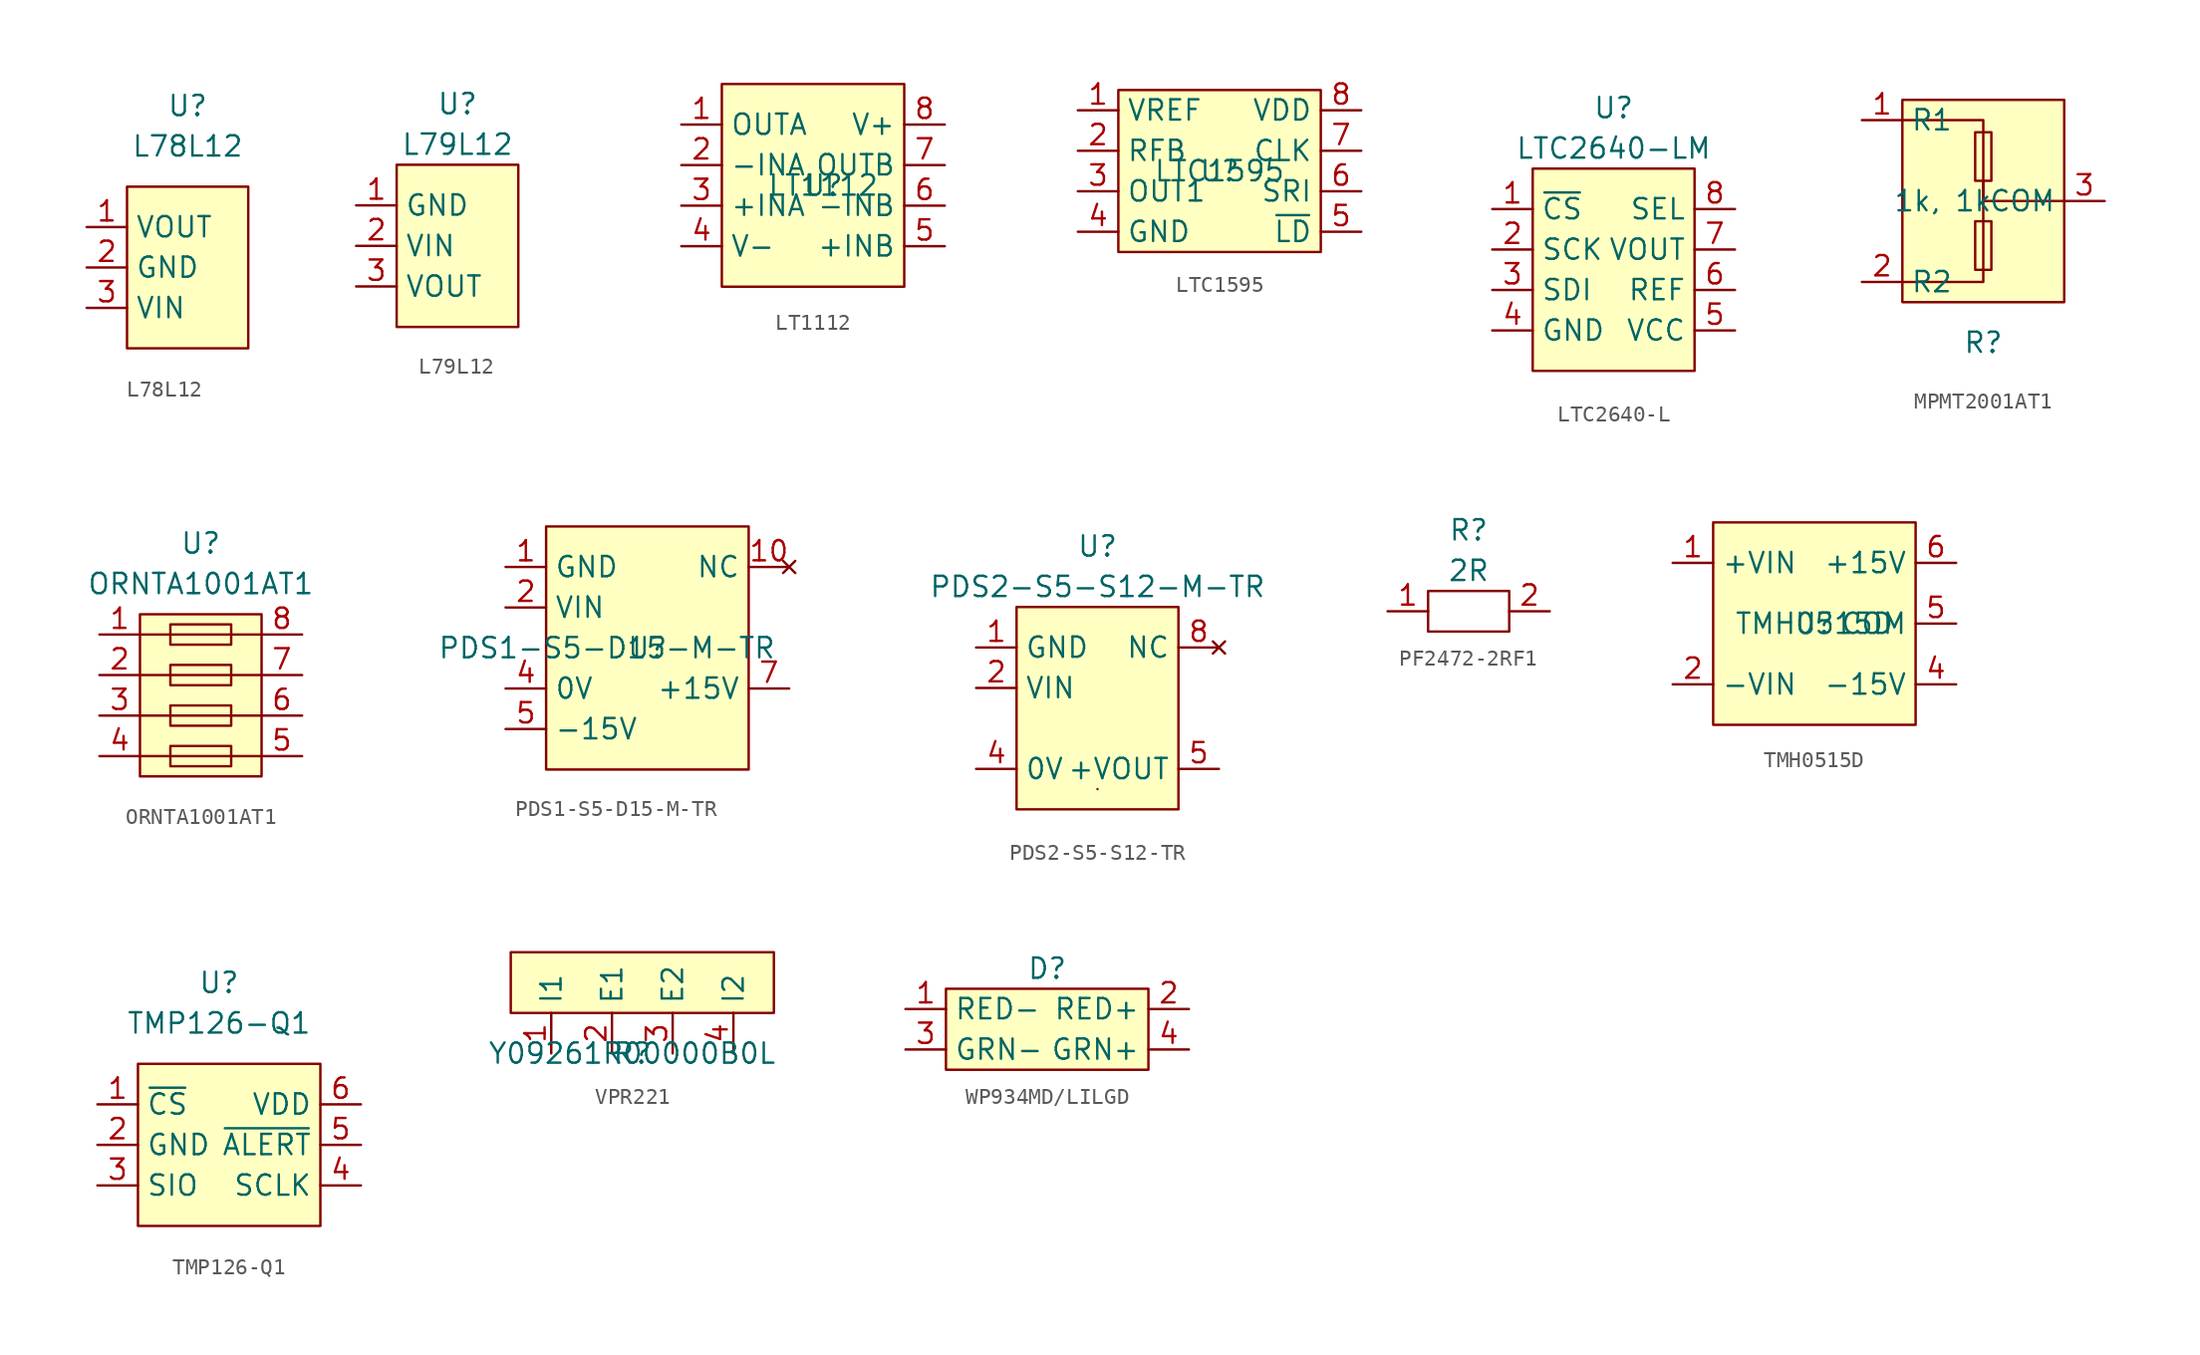
<source format=kicad_sym>
(kicad_symbol_lib
  (version 20220914)
  (generator kicad_symbol_editor)
  (symbol "L78L12"
    (property "Reference" "U"
      (at 0 8.89 0)
      (effects (font (size 1.27 1.27))))
    (property "Value" "L78L12"
      (at 0 6.35 0)
      (effects (font (size 1.27 1.27))))
    (symbol "L78L12_1_1"
      (rectangle (start -3.81 3.81) (end 3.81 -6.35) (stroke (width 0) (type default)) (fill (type background)))
      (pin power_out line (at -6.35 1.27 0) (length 2.54) (name "VOUT" (effects (font (size 1.27 1.27)))) (number "1" (effects (font (size 1.27 1.27)))))
      (pin power_in line (at -6.35 -1.27 0) (length 2.54) (name "GND" (effects (font (size 1.27 1.27)))) (number "2" (effects (font (size 1.27 1.27)))))
      (pin power_in line (at -6.35 -3.81 0) (length 2.54) (name "VIN" (effects (font (size 1.27 1.27)))) (number "3" (effects (font (size 1.27 1.27)))))))
  (symbol "L79L12"
    (property "Reference" "U"
      (at 0 8.89 0)
      (effects (font (size 1.27 1.27))))
    (property "Value" "L79L12"
      (at 0 6.35 0)
      (effects (font (size 1.27 1.27))))
    (symbol "L79L12_0_0"
      (text "" (at 6.35 -1.27 0) (effects (font (size 1.27 1.27)))))
    (symbol "L79L12_1_1"
      (rectangle (start -3.81 5.08) (end 3.81 -5.08) (stroke (width 0) (type default)) (fill (type background)))
      (pin power_in line (at -6.35 2.54 0) (length 2.54) (name "GND" (effects (font (size 1.27 1.27)))) (number "1" (effects (font (size 1.27 1.27)))))
      (pin power_in line (at -6.35 0 0) (length 2.54) (name "VIN" (effects (font (size 1.27 1.27)))) (number "2" (effects (font (size 1.27 1.27)))))
      (pin power_out line (at -6.35 -2.54 0) (length 2.54) (name "VOUT" (effects (font (size 1.27 1.27)))) (number "3" (effects (font (size 1.27 1.27)))))))
  (symbol "LT1112"
    (property "Reference" "U"
      (at 0 0 0)
      (effects (font (size 1.27 1.27))))
    (property "Value" "LT1112"
      (at 0 0 0)
      (effects (font (size 1.27 1.27))))
    (symbol "LT1112_1_1"
      (rectangle (start -6.35 6.35) (end 5.08 -6.35) (stroke (width 0) (type default)) (fill (type background)))
      (pin output line (at -8.89 3.81 0) (length 2.54) (name "OUTA" (effects (font (size 1.27 1.27)))) (number "1" (effects (font (size 1.27 1.27)))))
      (pin input line (at -8.89 1.27 0) (length 2.54) (name "-INA" (effects (font (size 1.27 1.27)))) (number "2" (effects (font (size 1.27 1.27)))))
      (pin input line (at -8.89 -1.27 0) (length 2.54) (name "+INA" (effects (font (size 1.27 1.27)))) (number "3" (effects (font (size 1.27 1.27)))))
      (pin power_in line (at -8.89 -3.81 0) (length 2.54) (name "V-" (effects (font (size 1.27 1.27)))) (number "4" (effects (font (size 1.27 1.27)))))
      (pin input line (at 7.62 -3.81 180) (length 2.54) (name "+INB" (effects (font (size 1.27 1.27)))) (number "5" (effects (font (size 1.27 1.27)))))
      (pin input line (at 7.62 -1.27 180) (length 2.54) (name "-INB" (effects (font (size 1.27 1.27)))) (number "6" (effects (font (size 1.27 1.27)))))
      (pin output line (at 7.62 1.27 180) (length 2.54) (name "OUTB" (effects (font (size 1.27 1.27)))) (number "7" (effects (font (size 1.27 1.27)))))
      (pin power_in line (at 7.62 3.81 180) (length 2.54) (name "V+" (effects (font (size 1.27 1.27)))) (number "8" (effects (font (size 1.27 1.27)))))))
  (symbol "LTC1595"
    (property "Reference" "U"
      (at 0 0 0)
      (effects (font (size 1.27 1.27))))
    (property "Value" "LTC1595"
      (at 0 0 0)
      (effects (font (size 1.27 1.27))))
    (symbol "LTC1595_1_1"
      (rectangle (start -6.35 5.08) (end 6.35 -5.08) (stroke (width 0) (type default)) (fill (type background)))
      (pin input line (at -8.89 3.81 0) (length 2.54) (name "VREF" (effects (font (size 1.27 1.27)))) (number "1" (effects (font (size 1.27 1.27)))))
      (pin input line (at -8.89 1.27 0) (length 2.54) (name "RFB" (effects (font (size 1.27 1.27)))) (number "2" (effects (font (size 1.27 1.27)))))
      (pin output line (at -8.89 -1.27 0) (length 2.54) (name "OUT1" (effects (font (size 1.27 1.27)))) (number "3" (effects (font (size 1.27 1.27)))))
      (pin power_in line (at -8.89 -3.81 0) (length 2.54) (name "GND" (effects (font (size 1.27 1.27)))) (number "4" (effects (font (size 1.27 1.27)))))
      (pin input line (at 8.89 -3.81 180) (length 2.54) (name "~{LD}" (effects (font (size 1.27 1.27)))) (number "5" (effects (font (size 1.27 1.27)))))
      (pin input line (at 8.89 -1.27 180) (length 2.54) (name "SRI" (effects (font (size 1.27 1.27)))) (number "6" (effects (font (size 1.27 1.27)))))
      (pin input line (at 8.89 1.27 180) (length 2.54) (name "CLK" (effects (font (size 1.27 1.27)))) (number "7" (effects (font (size 1.27 1.27)))))
      (pin power_in line (at 8.89 3.81 180) (length 2.54) (name "VDD" (effects (font (size 1.27 1.27)))) (number "8" (effects (font (size 1.27 1.27)))))))
  (symbol "LTC2640-L"
    (property "Reference" "U"
      (at 0 10.16 0)
      (effects (font (size 1.27 1.27))))
    (property "Value" "LTC2640-LM"
      (at 0 7.62 0)
      (effects (font (size 1.27 1.27))))
    (symbol "LTC2640-L_1_1"
      (rectangle (start -5.08 6.35) (end 5.08 -6.35) (stroke (width 0) (type default)) (fill (type background)))
      (pin input line (at -7.62 3.81 0) (length 2.54) (name "~{CS}" (effects (font (size 1.27 1.27)))) (number "1" (effects (font (size 1.27 1.27)))))
      (pin input line (at -7.62 1.27 0) (length 2.54) (name "SCK" (effects (font (size 1.27 1.27)))) (number "2" (effects (font (size 1.27 1.27)))))
      (pin input line (at -7.62 -1.27 0) (length 2.54) (name "SDI" (effects (font (size 1.27 1.27)))) (number "3" (effects (font (size 1.27 1.27)))))
      (pin power_in line (at -7.62 -3.81 0) (length 2.54) (name "GND" (effects (font (size 1.27 1.27)))) (number "4" (effects (font (size 1.27 1.27)))))
      (pin power_in line (at 7.62 -3.81 180) (length 2.54) (name "VCC" (effects (font (size 1.27 1.27)))) (number "5" (effects (font (size 1.27 1.27)))))
      (pin output line (at 7.62 -1.27 180) (length 2.54) (name "REF" (effects (font (size 1.27 1.27)))) (number "6" (effects (font (size 1.27 1.27)))))
      (pin output line (at 7.62 1.27 180) (length 2.54) (name "VOUT" (effects (font (size 1.27 1.27)))) (number "7" (effects (font (size 1.27 1.27)))))
      (pin power_in line (at 7.62 3.81 180) (length 2.54) (name "SEL" (effects (font (size 1.27 1.27)))) (number "8" (effects (font (size 1.27 1.27)))))))
  (symbol "MPMT2001AT1"
    (property "Reference" "R"
      (at 0 -8.89 0)
      (effects (font (size 1.27 1.27))))
    (property "Value" "1k, 1k"
      (at -2.54 0 0)
      (effects (font (size 1.27 1.27))))
    (symbol "MPMT2001AT1_1_1"
      (rectangle (start -5.08 6.35) (end 5.08 -6.35) (stroke (width 0) (type default)) (fill (type background)))
      (rectangle (start -0.508 -1.27) (end 0.508 -4.318) (stroke (width 0) (type default)) (fill (type none)))
      (rectangle (start -0.508 4.318) (end 0.508 1.27) (stroke (width 0) (type default)) (fill (type none)))
      (polyline (pts (xy 0 1.27) (xy 0 -5.08) (xy -5.08 -5.08)) (stroke (width 0) (type default)) (fill (type none)))
      (polyline (pts (xy -5.08 5.08) (xy 0 5.08) (xy 0 0) (xy 5.08 0)) (stroke (width 0) (type default)) (fill (type none)))
      (pin input line (at -7.62 5.08 0) (length 2.54) (name "R1" (effects (font (size 1.27 1.27)))) (number "1" (effects (font (size 1.27 1.27)))))
      (pin input line (at -7.62 -5.08 0) (length 2.54) (name "R2" (effects (font (size 1.27 1.27)))) (number "2" (effects (font (size 1.27 1.27)))))
      (pin input line (at 7.62 0 180) (length 2.54) (name "COM" (effects (font (size 1.27 1.27)))) (number "3" (effects (font (size 1.27 1.27)))))))
  (symbol "ORNTA1001AT1"
    (property "Reference" "U"
      (at 0 9.525 0)
      (effects (font (size 1.27 1.27))))
    (property "Value" "ORNTA1001AT1"
      (at 0 6.985 0)
      (effects (font (size 1.27 1.27))))
    (symbol "ORNTA1001AT1_0_1"
      (rectangle (start -1.905 -3.175) (end 1.905 -4.445) (stroke (width 0) (type default)) (fill (type none)))
      (rectangle (start -1.905 -0.635) (end 1.905 -1.905) (stroke (width 0) (type default)) (fill (type none)))
      (rectangle (start -1.905 1.905) (end 1.905 0.635) (stroke (width 0) (type default)) (fill (type none)))
      (rectangle (start -1.905 4.445) (end 1.905 3.175) (stroke (width 0) (type default)) (fill (type none)))
      (polyline (pts (xy -3.81 -3.81) (xy 3.81 -3.81)) (stroke (width 0) (type default)) (fill (type none)))
      (polyline (pts (xy -3.81 -1.27) (xy 3.81 -1.27)) (stroke (width 0) (type default)) (fill (type none)))
      (polyline (pts (xy -3.81 1.27) (xy 3.81 1.27)) (stroke (width 0) (type default)) (fill (type none)))
      (polyline (pts (xy -3.81 3.81) (xy 3.81 3.81)) (stroke (width 0) (type default)) (fill (type none))))
    (symbol "ORNTA1001AT1_1_1"
      (rectangle (start -3.81 5.08) (end 3.81 -5.08) (stroke (width 0) (type default)) (fill (type background)))
      (pin bidirectional line (at -6.35 3.81 0) (length 2.54) (name "" (effects (font (size 1.27 1.27)))) (number "1" (effects (font (size 1.27 1.27)))))
      (pin bidirectional line (at -6.35 1.27 0) (length 2.54) (name "" (effects (font (size 1.27 1.27)))) (number "2" (effects (font (size 1.27 1.27)))))
      (pin bidirectional line (at -6.35 -1.27 0) (length 2.54) (name "" (effects (font (size 1.27 1.27)))) (number "3" (effects (font (size 1.27 1.27)))))
      (pin bidirectional line (at -6.35 -3.81 0) (length 2.54) (name "" (effects (font (size 1.27 1.27)))) (number "4" (effects (font (size 1.27 1.27)))))
      (pin bidirectional line (at 6.35 -3.81 180) (length 2.54) (name "" (effects (font (size 1.27 1.27)))) (number "5" (effects (font (size 1.27 1.27)))))
      (pin bidirectional line (at 6.35 -1.27 180) (length 2.54) (name "" (effects (font (size 1.27 1.27)))) (number "6" (effects (font (size 1.27 1.27)))))
      (pin bidirectional line (at 6.35 1.27 180) (length 2.54) (name "" (effects (font (size 1.27 1.27)))) (number "7" (effects (font (size 1.27 1.27)))))
      (pin bidirectional line (at 6.35 3.81 180) (length 2.54) (name "" (effects (font (size 1.27 1.27)))) (number "8" (effects (font (size 1.27 1.27)))))))
  (symbol "PDS1-S5-D15-M-TR"
    (property "Reference" "U"
      (at 0 0 0)
      (effects (font (size 1.27 1.27))))
    (property "Value" "PDS1-S5-D15-M-TR"
      (at -2.54 0 0)
      (effects (font (size 1.27 1.27))))
    (symbol "PDS1-S5-D15-M-TR_1_1"
      (rectangle (start -6.35 7.62) (end 6.35 -7.62) (stroke (width 0) (type default)) (fill (type background)))
      (pin power_in line (at -8.89 5.08 0) (length 2.54) (name "GND" (effects (font (size 1.27 1.27)))) (number "1" (effects (font (size 1.27 1.27)))))
      (pin no_connect line (at 8.89 5.08 180) (length 2.54) (name "NC" (effects (font (size 1.27 1.27)))) (number "10" (effects (font (size 1.27 1.27)))))
      (pin power_in line (at -8.89 2.54 0) (length 2.54) (name "VIN" (effects (font (size 1.27 1.27)))) (number "2" (effects (font (size 1.27 1.27)))))
      (pin power_in line (at -8.89 -2.54 0) (length 2.54) (name "0V" (effects (font (size 1.27 1.27)))) (number "4" (effects (font (size 1.27 1.27)))))
      (pin power_out line (at -8.89 -5.08 0) (length 2.54) (name "-15V" (effects (font (size 1.27 1.27)))) (number "5" (effects (font (size 1.27 1.27)))))
      (pin power_out line (at 8.89 -2.54 180) (length 2.54) (name "+15V" (effects (font (size 1.27 1.27)))) (number "7" (effects (font (size 1.27 1.27)))))))
  (symbol "PDS2-S5-S12-TR"
    (property "Reference" "U"
      (at 0 10.16 0)
      (effects (font (size 1.27 1.27))))
    (property "Value" "PDS2-S5-S12-M-TR"
      (at 0 7.62 0)
      (effects (font (size 1.27 1.27))))
    (symbol "PDS2-S5-S12-TR_0_1"
      (rectangle (start 0 -5.08) (end 0 -5.08) (stroke (width 0) (type default)) (fill (type none))))
    (symbol "PDS2-S5-S12-TR_1_1"
      (rectangle (start -5.08 6.35) (end 5.08 -6.35) (stroke (width 0) (type default)) (fill (type background)))
      (pin power_in line (at -7.62 3.81 0) (length 2.54) (name "GND" (effects (font (size 1.27 1.27)))) (number "1" (effects (font (size 1.27 1.27)))))
      (pin power_in line (at -7.62 1.27 0) (length 2.54) (name "VIN" (effects (font (size 1.27 1.27)))) (number "2" (effects (font (size 1.27 1.27)))))
      (pin power_out line (at -7.62 -3.81 0) (length 2.54) (name "0V" (effects (font (size 1.27 1.27)))) (number "4" (effects (font (size 1.27 1.27)))))
      (pin power_out line (at 7.62 -3.81 180) (length 2.54) (name "+VOUT" (effects (font (size 1.27 1.27)))) (number "5" (effects (font (size 1.27 1.27)))))
      (pin no_connect line (at 7.62 3.81 180) (length 2.54) (name "NC" (effects (font (size 1.27 1.27)))) (number "8" (effects (font (size 1.27 1.27)))))))
  (symbol "PF2472-2RF1"
    (property "Reference" "R"
      (at 0 5.08 0)
      (effects (font (size 1.27 1.27))))
    (property "Value" "2R"
      (at 0 2.54 0)
      (effects (font (size 1.27 1.27))))
    (symbol "PF2472-2RF1_0_1"
      (rectangle (start -2.54 1.27) (end 2.54 -1.27) (stroke (width 0) (type default)) (fill (type none))))
    (symbol "PF2472-2RF1_1_1"
      (pin input line (at -5.08 0 0) (length 2.54) (name "" (effects (font (size 1.27 1.27)))) (number "1" (effects (font (size 1.27 1.27)))))
      (pin input line (at 5.08 0 180) (length 2.54) (name "" (effects (font (size 1.27 1.27)))) (number "2" (effects (font (size 1.27 1.27)))))))
  (symbol "TMH0515D"
    (property "Reference" "U"
      (at 0 0 0)
      (effects (font (size 1.27 1.27))))
    (property "Value" "TMH0515D"
      (at 0 0 0)
      (effects (font (size 1.27 1.27))))
    (symbol "TMH0515D_1_1"
      (rectangle (start -6.35 6.35) (end 6.35 -6.35) (stroke (width 0) (type default)) (fill (type background)))
      (pin power_in line (at -8.89 3.81 0) (length 2.54) (name "+VIN" (effects (font (size 1.27 1.27)))) (number "1" (effects (font (size 1.27 1.27)))))
      (pin power_in line (at -8.89 -3.81 0) (length 2.54) (name "-VIN" (effects (font (size 1.27 1.27)))) (number "2" (effects (font (size 1.27 1.27)))))
      (pin power_out line (at 8.89 -3.81 180) (length 2.54) (name "-15V" (effects (font (size 1.27 1.27)))) (number "4" (effects (font (size 1.27 1.27)))))
      (pin power_out line (at 8.89 0 180) (length 2.54) (name "COM" (effects (font (size 1.27 1.27)))) (number "5" (effects (font (size 1.27 1.27)))))
      (pin power_out line (at 8.89 3.81 180) (length 2.54) (name "+15V" (effects (font (size 1.27 1.27)))) (number "6" (effects (font (size 1.27 1.27)))))))
  (symbol "TMP126-Q1"
    (property "Reference" "U"
      (at 0 10.16 0)
      (effects (font (size 1.27 1.27))))
    (property "Value" "TMP126-Q1"
      (at 0 7.62 0)
      (effects (font (size 1.27 1.27))))
    (symbol "TMP126-Q1_1_1"
      (rectangle (start -5.08 5.08) (end 6.35 -5.08) (stroke (width 0) (type default)) (fill (type background)))
      (pin input line (at -7.62 2.54 0) (length 2.54) (name "~{CS}" (effects (font (size 1.27 1.27)))) (number "1" (effects (font (size 1.27 1.27)))))
      (pin power_in line (at -7.62 0 0) (length 2.54) (name "GND" (effects (font (size 1.27 1.27)))) (number "2" (effects (font (size 1.27 1.27)))))
      (pin bidirectional line (at -7.62 -2.54 0) (length 2.54) (name "SIO" (effects (font (size 1.27 1.27)))) (number "3" (effects (font (size 1.27 1.27)))))
      (pin input line (at 8.89 -2.54 180) (length 2.54) (name "SCLK" (effects (font (size 1.27 1.27)))) (number "4" (effects (font (size 1.27 1.27)))))
      (pin output line (at 8.89 0 180) (length 2.54) (name "~{ALERT}" (effects (font (size 1.27 1.27)))) (number "5" (effects (font (size 1.27 1.27)))))
      (pin power_in line (at 8.89 2.54 180) (length 2.54) (name "VDD" (effects (font (size 1.27 1.27)))) (number "6" (effects (font (size 1.27 1.27)))))))
  (symbol "VPR221"
    (property "Reference" "R"
      (at 0 0 0)
      (effects (font (size 1.27 1.27))))
    (property "Value" "Y09261R00000B0L"
      (at 0 0 0)
      (effects (font (size 1.27 1.27))))
    (symbol "VPR221_1_1"
      (rectangle (start -7.62 6.35) (end 8.89 2.54) (stroke (width 0) (type default)) (fill (type background)))
      (pin input line (at -5.08 0 90) (length 2.54) (name "I1" (effects (font (size 1.27 1.27)))) (number "1" (effects (font (size 1.27 1.27)))))
      (pin output line (at -1.27 0 90) (length 2.54) (name "E1" (effects (font (size 1.27 1.27)))) (number "2" (effects (font (size 1.27 1.27)))))
      (pin output line (at 2.54 0 90) (length 2.54) (name "E2" (effects (font (size 1.27 1.27)))) (number "3" (effects (font (size 1.27 1.27)))))
      (pin output line (at 6.35 0 90) (length 2.54) (name "I2" (effects (font (size 1.27 1.27)))) (number "4" (effects (font (size 1.27 1.27)))))))
  (symbol "WP934MD/LILGD"
    (property "Reference" "D"
      (at 0 3.81 0)
      (effects (font (size 1.27 1.27))))
    (property "Value" ""
      (at 0 0 0)
      (effects (font (size 1.27 1.27))))
    (symbol "WP934MD/LILGD_1_1"
      (rectangle (start -6.35 2.54) (end 6.35 -2.54) (stroke (width 0) (type default)) (fill (type background)))
      (pin input line (at -8.89 1.27 0) (length 2.54) (name "RED-" (effects (font (size 1.27 1.27)))) (number "1" (effects (font (size 1.27 1.27)))))
      (pin output line (at 8.89 1.27 180) (length 2.54) (name "RED+" (effects (font (size 1.27 1.27)))) (number "2" (effects (font (size 1.27 1.27)))))
      (pin input line (at -8.89 -1.27 0) (length 2.54) (name "GRN-" (effects (font (size 1.27 1.27)))) (number "3" (effects (font (size 1.27 1.27)))))
      (pin output line (at 8.89 -1.27 180) (length 2.54) (name "GRN+" (effects (font (size 1.27 1.27)))) (number "4" (effects (font (size 1.27 1.27))))))))
</source>
